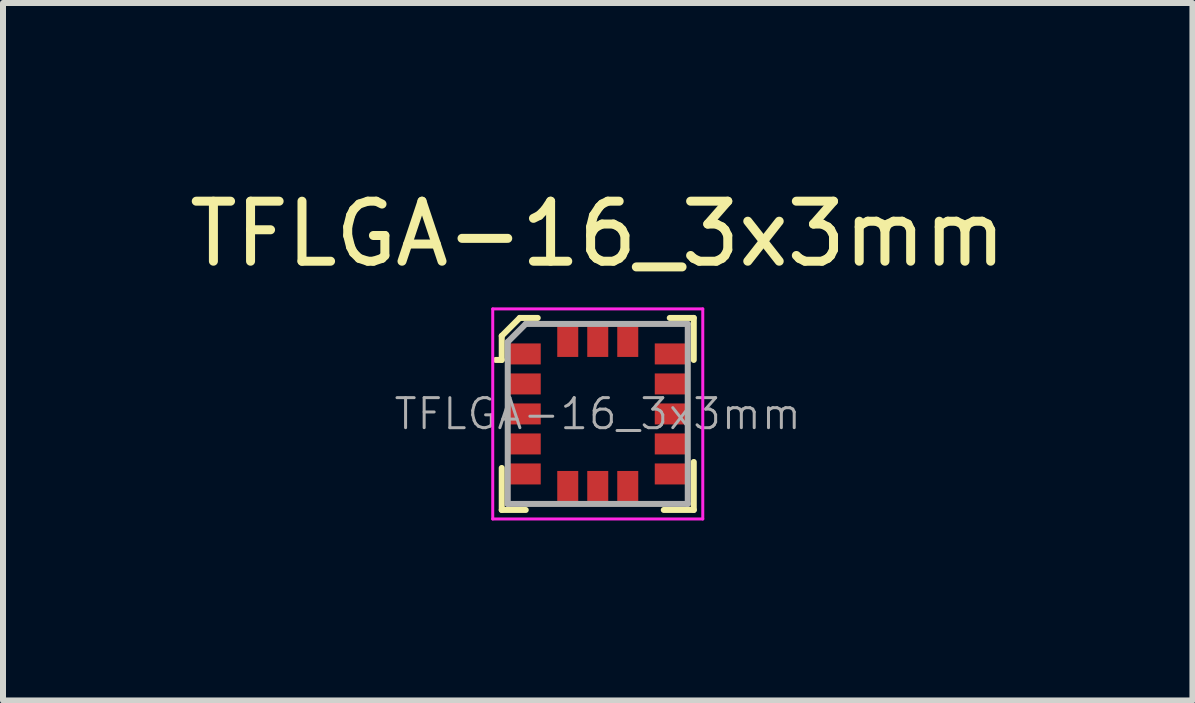
<source format=kicad_pcb>
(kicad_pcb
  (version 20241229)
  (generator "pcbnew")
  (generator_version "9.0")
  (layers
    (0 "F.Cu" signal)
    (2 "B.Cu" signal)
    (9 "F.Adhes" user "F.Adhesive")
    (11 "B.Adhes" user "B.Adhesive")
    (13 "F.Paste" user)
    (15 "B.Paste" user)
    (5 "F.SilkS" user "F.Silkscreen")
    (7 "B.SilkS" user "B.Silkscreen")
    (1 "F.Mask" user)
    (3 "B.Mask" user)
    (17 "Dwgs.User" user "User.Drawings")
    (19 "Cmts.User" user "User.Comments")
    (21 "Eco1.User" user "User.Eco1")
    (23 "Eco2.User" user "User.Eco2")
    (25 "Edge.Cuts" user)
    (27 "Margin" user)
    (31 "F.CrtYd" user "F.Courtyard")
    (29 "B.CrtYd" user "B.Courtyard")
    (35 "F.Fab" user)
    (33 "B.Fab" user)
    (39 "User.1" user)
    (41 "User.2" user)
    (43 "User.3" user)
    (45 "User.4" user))
  (footprint "TFLGA-16_3x3mm"
    (layer "F.Cu")
    (at 6.911 3.848)
    (property "Reference" "TFLGA-16_3x3mm" (at 0 -3 0) (layer "F.SilkS") (effects (font (size 1 1) (thickness 0.15))))
    (attr smd)
    (fp_line (start -1.6 -1.3) (end -1.6 -0.9) (stroke (width 0.1) (type solid)) (layer "F.SilkS"))
    (fp_line (start -1.6 -0.9) (end -1.7 -0.9) (stroke (width 0.1) (type solid)) (layer "F.SilkS"))
    (fp_line (start -1.6 0.9) (end -1.6 1.6) (stroke (width 0.1) (type solid)) (layer "F.SilkS"))
    (fp_line (start -1.6 1.6) (end -1.2 1.6) (stroke (width 0.1) (type solid)) (layer "F.SilkS"))
    (fp_line (start -1.3 -1.6) (end -1.6 -1.3) (stroke (width 0.1) (type solid)) (layer "F.SilkS"))
    (fp_line (start -1 -1.6) (end -1.3 -1.6) (stroke (width 0.1) (type solid)) (layer "F.SilkS"))
    (fp_line (start 1.1 1.6) (end 1.6 1.6) (stroke (width 0.1) (type solid)) (layer "F.SilkS"))
    (fp_line (start 1.2 -1.6) (end 1.6 -1.6) (stroke (width 0.1) (type solid)) (layer "F.SilkS"))
    (fp_line (start 1.6 -1.6) (end 1.6 -0.9) (stroke (width 0.1) (type solid)) (layer "F.SilkS"))
    (fp_line (start 1.6 1.6) (end 1.6 0.8) (stroke (width 0.1) (type solid)) (layer "F.SilkS"))
    (fp_line (start -1.75 -1.75) (end -1.75 1.75) (stroke (width 0.05) (type solid)) (layer "F.CrtYd"))
    (fp_line (start -1.75 1.75) (end 1.75 1.75) (stroke (width 0.05) (type solid)) (layer "F.CrtYd"))
    (fp_line (start 1.75 -1.75) (end -1.75 -1.75) (stroke (width 0.05) (type solid)) (layer "F.CrtYd"))
    (fp_line (start 1.75 1.75) (end 1.75 -1.75) (stroke (width 0.05) (type solid)) (layer "F.CrtYd"))
    (fp_line (start -1.5 -1.2) (end -1.5 1.5) (stroke (width 0.1) (type solid)) (layer "F.Fab"))
    (fp_line (start -1.5 -1.2) (end -1.2 -1.5) (stroke (width 0.1) (type solid)) (layer "F.Fab"))
    (fp_line (start -1.5 1.5) (end 1.5 1.5) (stroke (width 0.1) (type solid)) (layer "F.Fab"))
    (fp_line (start -1.2 -1.5) (end 1.5 -1.5) (stroke (width 0.1) (type solid)) (layer "F.Fab"))
    (fp_line (start 1.5 -1.5) (end 1.5 1.5) (stroke (width 0.1) (type solid)) (layer "F.Fab"))
    (fp_text user "${REFERENCE}" (at 0 0 0) (layer "F.Fab") (effects (font (size 0.5 0.5) (thickness 0.05))))
    (pad "1" smd rect (at -1.225 -1) (size 0.55 0.35) (layers "F.Cu" "F.Mask" "F.Paste"))
    (pad "2" smd rect (at -1.225 -0.5) (size 0.55 0.35) (layers "F.Cu" "F.Mask" "F.Paste"))
    (pad "3" smd rect (at -1.225 0) (size 0.55 0.35) (layers "F.Cu" "F.Mask" "F.Paste"))
    (pad "4" smd rect (at -1.225 0.5) (size 0.55 0.35) (layers "F.Cu" "F.Mask" "F.Paste"))
    (pad "5" smd rect (at -1.225 1) (size 0.55 0.35) (layers "F.Cu" "F.Mask" "F.Paste"))
    (pad "6" smd rect (at -0.5 1.225) (size 0.35 0.55) (layers "F.Cu" "F.Mask" "F.Paste"))
    (pad "7" smd rect (at 0 1.225) (size 0.35 0.55) (layers "F.Cu" "F.Mask" "F.Paste"))
    (pad "8" smd rect (at 0.5 1.225) (size 0.35 0.55) (layers "F.Cu" "F.Mask" "F.Paste"))
    (pad "9" smd rect (at 1.225 1) (size 0.55 0.35) (layers "F.Cu" "F.Mask" "F.Paste"))
    (pad "10" smd rect (at 1.225 0.5) (size 0.55 0.35) (layers "F.Cu" "F.Mask" "F.Paste"))
    (pad "11" smd rect (at 1.225 0) (size 0.55 0.35) (layers "F.Cu" "F.Mask" "F.Paste"))
    (pad "12" smd rect (at 1.225 -0.5) (size 0.55 0.35) (layers "F.Cu" "F.Mask" "F.Paste"))
    (pad "13" smd rect (at 1.225 -1) (size 0.55 0.35) (layers "F.Cu" "F.Mask" "F.Paste"))
    (pad "14" smd rect (at 0.5 -1.225) (size 0.35 0.55) (layers "F.Cu" "F.Mask" "F.Paste"))
    (pad "15" smd rect (at 0 -1.225) (size 0.35 0.55) (layers "F.Cu" "F.Mask" "F.Paste"))
    (pad "16" smd rect (at -0.5 -1.225) (size 0.35 0.55) (layers "F.Cu" "F.Mask" "F.Paste")))
  (gr_rect
    (start -3 -3)
    (end 16.821 8.623)
    (stroke (width 0.1) (type default))
    (fill no)
    (layer "Edge.Cuts")))
</source>
